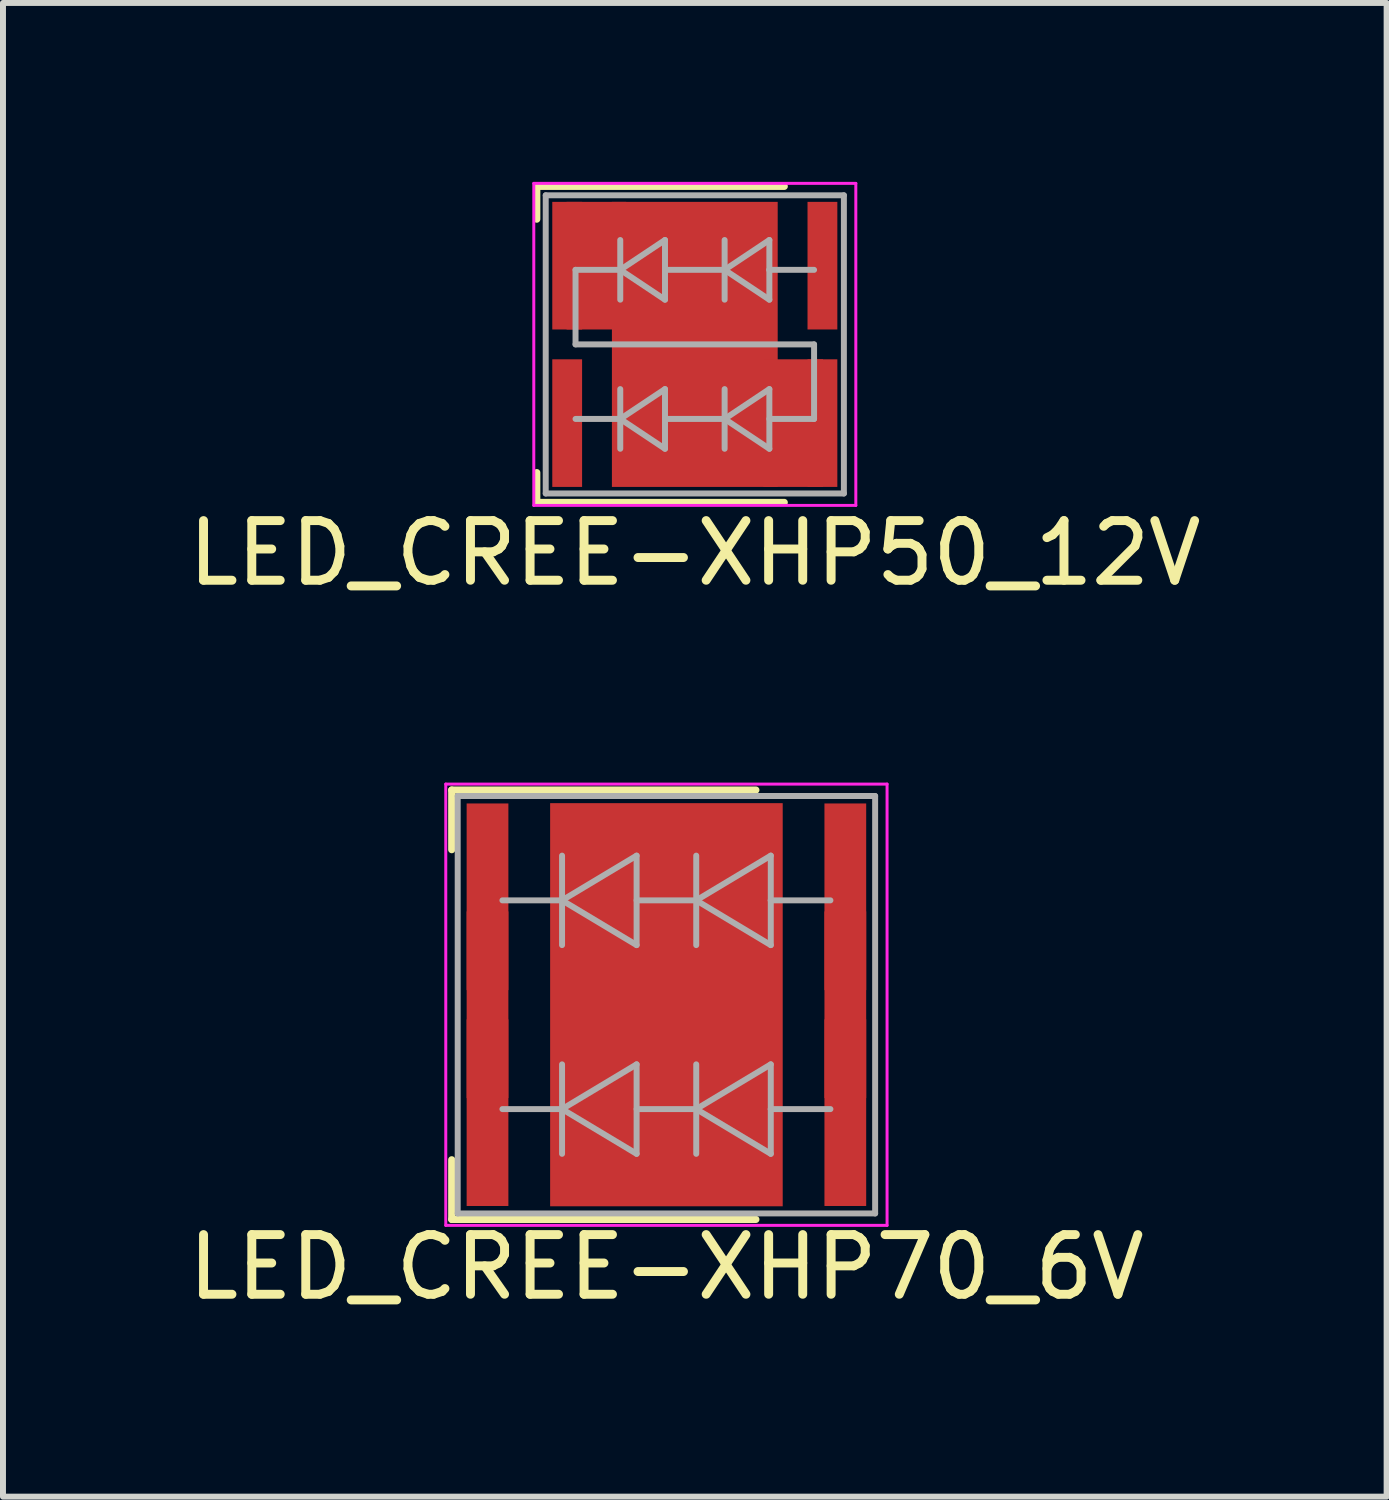
<source format=kicad_pcb>
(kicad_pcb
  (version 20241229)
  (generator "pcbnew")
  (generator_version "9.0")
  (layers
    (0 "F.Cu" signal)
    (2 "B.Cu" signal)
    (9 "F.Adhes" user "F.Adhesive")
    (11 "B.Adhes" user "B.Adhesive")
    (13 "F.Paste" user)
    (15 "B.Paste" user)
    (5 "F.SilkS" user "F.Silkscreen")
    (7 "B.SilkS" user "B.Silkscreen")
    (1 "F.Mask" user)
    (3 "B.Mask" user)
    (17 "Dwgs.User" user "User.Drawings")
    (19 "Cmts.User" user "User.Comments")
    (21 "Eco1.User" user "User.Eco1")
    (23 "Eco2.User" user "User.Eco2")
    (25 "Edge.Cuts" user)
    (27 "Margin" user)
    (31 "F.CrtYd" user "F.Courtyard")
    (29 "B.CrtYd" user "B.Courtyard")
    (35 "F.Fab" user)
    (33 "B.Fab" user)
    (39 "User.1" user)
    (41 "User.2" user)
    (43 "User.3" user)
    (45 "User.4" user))
  (footprint "LED_CREE-XHP50_12V"
    (layer "F.Cu")
    (at 8.601 2.725)
    (property "Reference" "LED_CREE-XHP50_12V" (at 0 3.5 0) (layer "F.SilkS") (effects (font (size 1 1) (thickness 0.15))))
    (attr smd)
    (fp_line (start -2.65 -2.65) (end -2.65 -2.1) (stroke (width 0.12) (type solid)) (layer "F.SilkS"))
    (fp_line (start -2.65 2.65) (end -2.65 2.15) (stroke (width 0.12) (type solid)) (layer "F.SilkS"))
    (fp_line (start 1.5 -2.65) (end -2.65 -2.65) (stroke (width 0.12) (type solid)) (layer "F.SilkS"))
    (fp_line (start 1.5 2.65) (end -2.65 2.65) (stroke (width 0.12) (type solid)) (layer "F.SilkS"))
    (fp_line (start -2.7 -2.7) (end -2.7 2.7) (stroke (width 0.05) (type solid)) (layer "F.CrtYd"))
    (fp_line (start -2.7 2.7) (end 2.7 2.7) (stroke (width 0.05) (type solid)) (layer "F.CrtYd"))
    (fp_line (start 2.7 -2.7) (end -2.7 -2.7) (stroke (width 0.05) (type solid)) (layer "F.CrtYd"))
    (fp_line (start 2.7 2.7) (end 2.7 -2.7) (stroke (width 0.05) (type solid)) (layer "F.CrtYd"))
    (fp_line (start -2.5 -2.5) (end 2.5 -2.5) (stroke (width 0.1) (type solid)) (layer "F.Fab"))
    (fp_line (start -2.5 2.5) (end -2.5 -2.5) (stroke (width 0.1) (type solid)) (layer "F.Fab"))
    (fp_line (start -2 -1.25) (end -2 0) (stroke (width 0.1) (type solid)) (layer "F.Fab"))
    (fp_line (start -2 -1.25) (end -1.25 -1.25) (stroke (width 0.1) (type solid)) (layer "F.Fab"))
    (fp_line (start -2 0) (end 2 0) (stroke (width 0.1) (type solid)) (layer "F.Fab"))
    (fp_line (start -2 1.25) (end -1.25 1.25) (stroke (width 0.1) (type solid)) (layer "F.Fab"))
    (fp_line (start -1.25 -1.25) (end -1.25 -1.75) (stroke (width 0.1) (type solid)) (layer "F.Fab"))
    (fp_line (start -1.25 -1.25) (end -1.25 -0.75) (stroke (width 0.1) (type solid)) (layer "F.Fab"))
    (fp_line (start -1.25 -1.25) (end -0.5 -1.75) (stroke (width 0.1) (type solid)) (layer "F.Fab"))
    (fp_line (start -1.25 1.25) (end -1.25 0.75) (stroke (width 0.1) (type solid)) (layer "F.Fab"))
    (fp_line (start -1.25 1.25) (end -1.25 1.75) (stroke (width 0.1) (type solid)) (layer "F.Fab"))
    (fp_line (start -1.25 1.25) (end -0.5 0.75) (stroke (width 0.1) (type solid)) (layer "F.Fab"))
    (fp_line (start -0.5 -1.75) (end -0.5 -0.75) (stroke (width 0.1) (type solid)) (layer "F.Fab"))
    (fp_line (start -0.5 -1.25) (end 0.5 -1.25) (stroke (width 0.1) (type solid)) (layer "F.Fab"))
    (fp_line (start -0.5 -0.75) (end -1.25 -1.25) (stroke (width 0.1) (type solid)) (layer "F.Fab"))
    (fp_line (start -0.5 0.75) (end -0.5 1.75) (stroke (width 0.1) (type solid)) (layer "F.Fab"))
    (fp_line (start -0.5 1.25) (end 0.5 1.25) (stroke (width 0.1) (type solid)) (layer "F.Fab"))
    (fp_line (start -0.5 1.75) (end -1.25 1.25) (stroke (width 0.1) (type solid)) (layer "F.Fab"))
    (fp_line (start 0.5 -1.75) (end 0.5 -0.75) (stroke (width 0.1) (type solid)) (layer "F.Fab"))
    (fp_line (start 0.5 -1.25) (end 1.25 -0.75) (stroke (width 0.1) (type solid)) (layer "F.Fab"))
    (fp_line (start 0.5 0.75) (end 0.5 1.75) (stroke (width 0.1) (type solid)) (layer "F.Fab"))
    (fp_line (start 0.5 1.25) (end 1.25 1.75) (stroke (width 0.1) (type solid)) (layer "F.Fab"))
    (fp_line (start 1.25 -1.75) (end 0.5 -1.25) (stroke (width 0.1) (type solid)) (layer "F.Fab"))
    (fp_line (start 1.25 -1.25) (end 1.25 -1.75) (stroke (width 0.1) (type solid)) (layer "F.Fab"))
    (fp_line (start 1.25 -0.75) (end 1.25 -1.25) (stroke (width 0.1) (type solid)) (layer "F.Fab"))
    (fp_line (start 1.25 0.75) (end 0.5 1.25) (stroke (width 0.1) (type solid)) (layer "F.Fab"))
    (fp_line (start 1.25 0.75) (end 1.25 1.75) (stroke (width 0.1) (type solid)) (layer "F.Fab"))
    (fp_line (start 2 -1.25) (end 1.25 -1.25) (stroke (width 0.1) (type solid)) (layer "F.Fab"))
    (fp_line (start 2 0) (end 2 1.25) (stroke (width 0.1) (type solid)) (layer "F.Fab"))
    (fp_line (start 2 1.25) (end 1.25 1.25) (stroke (width 0.1) (type solid)) (layer "F.Fab"))
    (fp_line (start 2.5 -2.5) (end 2.5 2.5) (stroke (width 0.1) (type solid)) (layer "F.Fab"))
    (fp_line (start 2.5 2.5) (end -2.5 2.5) (stroke (width 0.1) (type solid)) (layer "F.Fab"))
    (pad "1" smd rect (at -2.14 1.32) (size 0.5 2.14) (layers "F.Cu" "F.Mask" "F.Paste"))
    (pad "2" smd rect (at 2.14 -1.32) (size 0.5 2.14) (layers "F.Cu" "F.Mask" "F.Paste"))
    (pad "3" smd rect (at -2.14 -1.32) (size 0.5 2.14) (layers "F.Cu" "F.Mask" "F.Paste"))
    (pad "3" smd rect (at -1.65 -1.32) (size 1 2.14) (layers "F.Cu" "F.Mask"))
    (pad "3" smd rect (at -0.61 -1.57) (size 0.97 0.8) (layers "F.Cu" "F.Mask" "F.Paste"))
    (pad "3" smd rect (at -0.61 -0.53) (size 0.97 0.8) (layers "F.Cu" "F.Mask" "F.Paste"))
    (pad "3" smd rect (at -0.61 0.53) (size 0.97 0.8) (layers "F.Cu" "F.Mask" "F.Paste"))
    (pad "3" smd rect (at -0.61 1.57) (size 0.97 0.8) (layers "F.Cu" "F.Mask" "F.Paste"))
    (pad "3" smd rect (at 0 0) (size 2.78 4.78) (layers "F.Cu" "F.Mask"))
    (pad "3" smd rect (at 0.61 -1.57) (size 0.97 0.8) (layers "F.Cu" "F.Mask" "F.Paste"))
    (pad "3" smd rect (at 0.61 -0.53) (size 0.97 0.8) (layers "F.Cu" "F.Mask" "F.Paste"))
    (pad "3" smd rect (at 0.61 0.53) (size 0.97 0.8) (layers "F.Cu" "F.Mask" "F.Paste"))
    (pad "3" smd rect (at 0.61 1.57) (size 0.97 0.8) (layers "F.Cu" "F.Mask" "F.Paste"))
    (pad "3" smd rect (at 1.65 1.32) (size 1 2.14) (layers "F.Cu" "F.Mask"))
    (pad "3" smd rect (at 2.14 1.32) (size 0.5 2.14) (layers "F.Cu" "F.Mask" "F.Paste")))
  (footprint "LED_CREE-XHP70_6V"
    (layer "F.Cu")
    (at 8.125 13.798)
    (property "Reference" "LED_CREE-XHP70_6V" (at 0 4.4 0) (layer "F.SilkS") (effects (font (size 1 1) (thickness 0.15))))
    (attr smd)
    (fp_line (start -3.6 -3.6) (end -3.6 -2.6) (stroke (width 0.12) (type solid)) (layer "F.SilkS"))
    (fp_line (start -3.6 3.6) (end -3.6 2.6) (stroke (width 0.12) (type solid)) (layer "F.SilkS"))
    (fp_line (start 1.5 -3.6) (end -3.6 -3.6) (stroke (width 0.12) (type solid)) (layer "F.SilkS"))
    (fp_line (start 1.5 3.6) (end -3.6 3.6) (stroke (width 0.12) (type solid)) (layer "F.SilkS"))
    (fp_line (start -3.7 -3.7) (end -3.7 3.7) (stroke (width 0.05) (type solid)) (layer "F.CrtYd"))
    (fp_line (start -3.7 3.7) (end 3.7 3.7) (stroke (width 0.05) (type solid)) (layer "F.CrtYd"))
    (fp_line (start 3.7 -3.7) (end -3.7 -3.7) (stroke (width 0.05) (type solid)) (layer "F.CrtYd"))
    (fp_line (start 3.7 3.7) (end 3.7 -3.7) (stroke (width 0.05) (type solid)) (layer "F.CrtYd"))
    (fp_line (start -3.5 -3.5) (end -3.5 3.5) (stroke (width 0.1) (type solid)) (layer "F.Fab"))
    (fp_line (start -3.5 3.5) (end 3.5 3.5) (stroke (width 0.1) (type solid)) (layer "F.Fab"))
    (fp_line (start -2.75 -1.75) (end -1.75 -1.75) (stroke (width 0.1) (type solid)) (layer "F.Fab"))
    (fp_line (start -2.75 1.75) (end -1.75 1.75) (stroke (width 0.1) (type solid)) (layer "F.Fab"))
    (fp_line (start -1.75 -1.75) (end -1.75 -2.5) (stroke (width 0.1) (type solid)) (layer "F.Fab"))
    (fp_line (start -1.75 -1.75) (end -1.75 -1) (stroke (width 0.1) (type solid)) (layer "F.Fab"))
    (fp_line (start -1.75 -1.75) (end -0.5 -1) (stroke (width 0.1) (type solid)) (layer "F.Fab"))
    (fp_line (start -1.75 1.75) (end -1.75 1) (stroke (width 0.1) (type solid)) (layer "F.Fab"))
    (fp_line (start -1.75 1.75) (end -1.75 2.5) (stroke (width 0.1) (type solid)) (layer "F.Fab"))
    (fp_line (start -1.75 1.75) (end -0.5 2.5) (stroke (width 0.1) (type solid)) (layer "F.Fab"))
    (fp_line (start -0.5 -2.5) (end -1.75 -1.75) (stroke (width 0.1) (type solid)) (layer "F.Fab"))
    (fp_line (start -0.5 -1.75) (end 0.5 -1.75) (stroke (width 0.1) (type solid)) (layer "F.Fab"))
    (fp_line (start -0.5 -1) (end -0.5 -2.5) (stroke (width 0.1) (type solid)) (layer "F.Fab"))
    (fp_line (start -0.5 1) (end -1.75 1.75) (stroke (width 0.1) (type solid)) (layer "F.Fab"))
    (fp_line (start -0.5 1.75) (end 0.5 1.75) (stroke (width 0.1) (type solid)) (layer "F.Fab"))
    (fp_line (start -0.5 2.5) (end -0.5 1) (stroke (width 0.1) (type solid)) (layer "F.Fab"))
    (fp_line (start 0.5 -2.5) (end 0.5 -1) (stroke (width 0.1) (type solid)) (layer "F.Fab"))
    (fp_line (start 0.5 -1.75) (end 1.75 -2.5) (stroke (width 0.1) (type solid)) (layer "F.Fab"))
    (fp_line (start 0.5 1) (end 0.5 2.5) (stroke (width 0.1) (type solid)) (layer "F.Fab"))
    (fp_line (start 0.5 1.75) (end 1.75 1) (stroke (width 0.1) (type solid)) (layer "F.Fab"))
    (fp_line (start 1.75 -1.75) (end 1.75 -2.5) (stroke (width 0.1) (type solid)) (layer "F.Fab"))
    (fp_line (start 1.75 -1.75) (end 1.75 -1) (stroke (width 0.1) (type solid)) (layer "F.Fab"))
    (fp_line (start 1.75 -1) (end 0.5 -1.75) (stroke (width 0.1) (type solid)) (layer "F.Fab"))
    (fp_line (start 1.75 1.75) (end 1.75 1) (stroke (width 0.1) (type solid)) (layer "F.Fab"))
    (fp_line (start 1.75 1.75) (end 1.75 2.5) (stroke (width 0.1) (type solid)) (layer "F.Fab"))
    (fp_line (start 1.75 2.5) (end 0.5 1.75) (stroke (width 0.1) (type solid)) (layer "F.Fab"))
    (fp_line (start 2.75 -1.75) (end 1.75 -1.75) (stroke (width 0.1) (type solid)) (layer "F.Fab"))
    (fp_line (start 2.75 1.75) (end 1.75 1.75) (stroke (width 0.1) (type solid)) (layer "F.Fab"))
    (fp_line (start 3.5 -3.5) (end -3.5 -3.5) (stroke (width 0.1) (type solid)) (layer "F.Fab"))
    (fp_line (start 3.5 3.5) (end 3.5 -3.5) (stroke (width 0.1) (type solid)) (layer "F.Fab"))
    (pad "1" smd rect (at -3 -1.81) (size 0.7 3.13) (layers "F.Cu" "F.Mask" "F.Paste"))
    (pad "1" smd rect (at -3 0) (size 0.7 3.13) (layers "F.Cu" "F.Mask"))
    (pad "1" smd rect (at -3 1.81) (size 0.7 3.13) (layers "F.Cu" "F.Mask" "F.Paste"))
    (pad "2" smd rect (at 3 -1.81) (size 0.7 3.13) (layers "F.Cu" "F.Mask" "F.Paste"))
    (pad "2" smd rect (at 3 0) (size 0.7 3.13) (layers "F.Cu" "F.Mask"))
    (pad "2" smd rect (at 3 1.81) (size 0.7 3.13) (layers "F.Cu" "F.Mask" "F.Paste"))
    (pad "3" smd rect (at -0.77 -2.31) (size 1.29 1.29) (layers "F.Cu" "F.Mask" "F.Paste"))
    (pad "3" smd rect (at -0.77 -0.77) (size 1.29 1.29) (layers "F.Cu" "F.Mask" "F.Paste"))
    (pad "3" smd rect (at -0.77 0.77) (size 1.29 1.29) (layers "F.Cu" "F.Mask" "F.Paste"))
    (pad "3" smd rect (at -0.77 2.31) (size 1.29 1.29) (layers "F.Cu" "F.Mask" "F.Paste"))
    (pad "3" smd rect (at 0 0) (size 3.9 6.76) (layers "F.Cu" "F.Mask"))
    (pad "3" smd rect (at 0.77 -2.31) (size 1.29 1.29) (layers "F.Cu" "F.Mask" "F.Paste"))
    (pad "3" smd rect (at 0.77 -0.77) (size 1.29 1.29) (layers "F.Cu" "F.Mask" "F.Paste"))
    (pad "3" smd rect (at 0.77 0.77) (size 1.29 1.29) (layers "F.Cu" "F.Mask" "F.Paste"))
    (pad "3" smd rect (at 0.77 2.31) (size 1.29 1.29) (layers "F.Cu" "F.Mask" "F.Paste")))
  (gr_rect
    (start -3 -3)
    (end 20.202 22.047)
    (stroke (width 0.1) (type default))
    (fill no)
    (layer "Edge.Cuts")))
</source>
